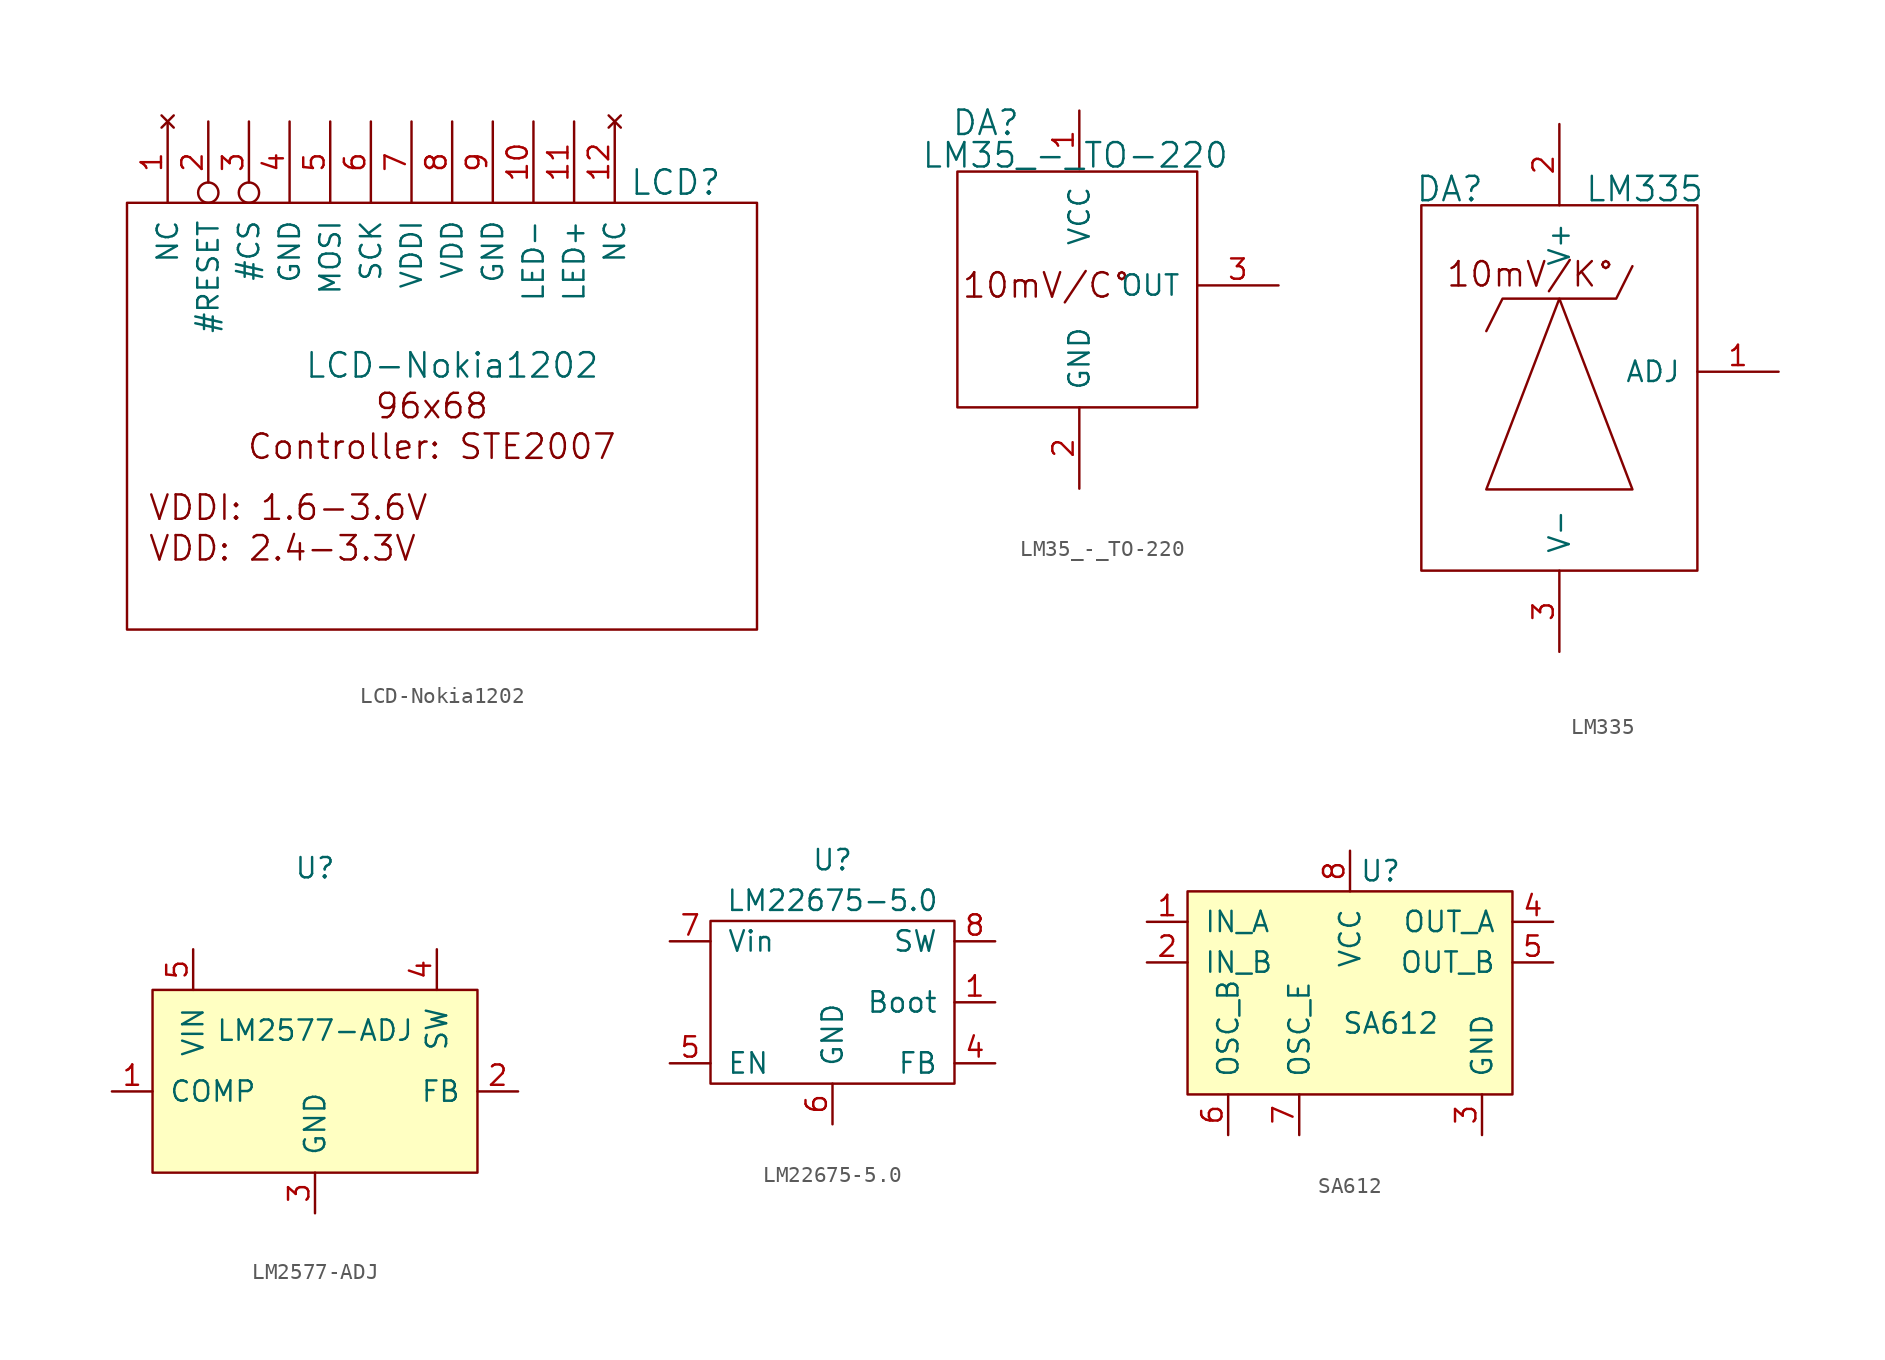
<source format=kicad_sym>
(kicad_symbol_lib
  (version 20211014)
  (generator kicad_symbol_editor)
  (symbol "LCD-Nokia1202"
    (pin_names
      (offset 1.016))
    (property "Reference" "LCD"
      (at 25.4 -2.54 0)
      (effects (font (size 1.524 1.524))))
    (property "Value" "LCD-Nokia1202"
      (at 11.43 -13.97 0)
      (effects (font (size 1.524 1.524))))
    (symbol "LCD-Nokia1202_0_0"
      (text "96x68" (at 10.16 -16.51 0) (effects (font (size 1.524 1.524))))
      (text "Controller: STE2007" (at 10.16 -19.05 0) (effects (font (size 1.524 1.524))))
      (text "VDD: 2.4-3.3V" (at -7.62 -25.4 0) (effects (font (size 1.524 1.524)) (justify left)))
      (text "VDDI: 1.6-3.6V" (at -7.62 -22.86 0) (effects (font (size 1.524 1.524)) (justify left))))
    (symbol "LCD-Nokia1202_0_1"
      (rectangle (start -8.89 -3.81) (end 30.48 -30.48) (stroke (width 0) (type default) (color 0 0 0 0)) (fill (type none))))
    (symbol "LCD-Nokia1202_1_1"
      (pin no_connect line (at -6.35 1.27 270) (length 5.08) (name "NC" (effects (font (size 1.27 1.27)))) (number "1" (effects (font (size 1.27 1.27)))))
      (pin power_in line (at 16.51 1.27 270) (length 5.08) (name "LED-" (effects (font (size 1.27 1.27)))) (number "10" (effects (font (size 1.27 1.27)))))
      (pin power_in line (at 19.05 1.27 270) (length 5.08) (name "LED+" (effects (font (size 1.27 1.27)))) (number "11" (effects (font (size 1.27 1.27)))))
      (pin no_connect line (at 21.59 1.27 270) (length 5.08) (name "NC" (effects (font (size 1.27 1.27)))) (number "12" (effects (font (size 1.27 1.27)))))
      (pin input inverted (at -3.81 1.27 270) (length 5.08) (name "#RESET" (effects (font (size 1.27 1.27)))) (number "2" (effects (font (size 1.27 1.27)))))
      (pin input inverted (at -1.27 1.27 270) (length 5.08) (name "#CS" (effects (font (size 1.27 1.27)))) (number "3" (effects (font (size 1.27 1.27)))))
      (pin power_in line (at 1.27 1.27 270) (length 5.08) (name "GND" (effects (font (size 1.27 1.27)))) (number "4" (effects (font (size 1.27 1.27)))))
      (pin input line (at 3.81 1.27 270) (length 5.08) (name "MOSI" (effects (font (size 1.27 1.27)))) (number "5" (effects (font (size 1.27 1.27)))))
      (pin input line (at 6.35 1.27 270) (length 5.08) (name "SCK" (effects (font (size 1.27 1.27)))) (number "6" (effects (font (size 1.27 1.27)))))
      (pin power_in line (at 8.89 1.27 270) (length 5.08) (name "VDDI" (effects (font (size 1.27 1.27)))) (number "7" (effects (font (size 1.27 1.27)))))
      (pin power_in line (at 11.43 1.27 270) (length 5.08) (name "VDD" (effects (font (size 1.27 1.27)))) (number "8" (effects (font (size 1.27 1.27)))))
      (pin power_in line (at 13.97 1.27 270) (length 5.08) (name "GND" (effects (font (size 1.27 1.27)))) (number "9" (effects (font (size 1.27 1.27)))))))
  (symbol "LM35_-_TO-220"
    (pin_names
      (offset 1.016))
    (property "Reference" "DA"
      (at 1.778 3.048 0)
      (effects (font (size 1.524 1.524))))
    (property "Value" "LM35_-_TO-220"
      (at 7.366 1.016 0)
      (effects (font (size 1.524 1.524))))
    (property "Footprint" ""
      (at 0 0 0)
      (effects (font (size 1.524 1.524))))
    (property "Datasheet" ""
      (at 0 0 0)
      (effects (font (size 1.524 1.524))))
    (symbol "LM35_-_TO-220_0_0"
      (text "10mV/C°" (at 5.588 -7.112 0) (effects (font (size 1.524 1.524)))))
    (symbol "LM35_-_TO-220_0_1"
      (rectangle (start 0 0) (end 14.986 -14.732) (stroke (width 0) (type default) (color 0 0 0 0)) (fill (type none))))
    (symbol "LM35_-_TO-220_1_1"
      (pin power_in line (at 7.62 3.81 270) (length 3.658) (name "VCC" (effects (font (size 1.27 1.27)))) (number "1" (effects (font (size 1.27 1.27)))))
      (pin power_in line (at 7.62 -19.812 90) (length 5.08) (name "GND" (effects (font (size 1.27 1.27)))) (number "2" (effects (font (size 1.27 1.27)))))
      (pin output line (at 20.066 -7.112 180) (length 5.08) (name "OUT" (effects (font (size 1.27 1.27)))) (number "3" (effects (font (size 1.27 1.27)))))))
  (symbol "LM335"
    (pin_names
      (offset 1.016))
    (property "Reference" "DA"
      (at -6.858 1.016 0)
      (effects (font (size 1.524 1.524))))
    (property "Value" "LM335"
      (at 5.334 1.016 0)
      (effects (font (size 1.524 1.524))))
    (property "Footprint" ""
      (at -0.254 0.254 0)
      (effects (font (size 1.524 1.524))))
    (property "Datasheet" ""
      (at -0.254 0.254 0)
      (effects (font (size 1.524 1.524))))
    (symbol "LM335_0_0"
      (text "10mV/K°" (at -1.778 -4.318 0) (effects (font (size 1.524 1.524)))))
    (symbol "LM335_0_1"
      (rectangle (start -8.636 0) (end 8.636 -22.86) (stroke (width 0) (type default) (color 0 0 0 0)) (fill (type none)))
      (polyline (pts (xy 0 -5.842) (xy -4.572 -17.78) (xy 4.572 -17.78) (xy 0 -5.842)) (stroke (width 0) (type default) (color 0 0 0 0)) (fill (type none)))
      (polyline (pts (xy 4.572 -3.81) (xy 3.556 -5.842) (xy -3.556 -5.842) (xy -4.572 -7.874)) (stroke (width 0) (type default) (color 0 0 0 0)) (fill (type none))))
    (symbol "LM335_1_1"
      (pin input line (at 13.716 -10.414 180) (length 5.08) (name "ADJ" (effects (font (size 1.27 1.27)))) (number "1" (effects (font (size 1.27 1.27)))))
      (pin input line (at 0 5.08 270) (length 5.08) (name "V+" (effects (font (size 1.27 1.27)))) (number "2" (effects (font (size 1.27 1.27)))))
      (pin input line (at 0 -27.94 90) (length 5.08) (name "V-" (effects (font (size 1.27 1.27)))) (number "3" (effects (font (size 1.27 1.27)))))))
  (symbol "LM2577-ADJ"
    (pin_names
      (offset 1.016))
    (property "Reference" "U"
      (at 0 2.54 0)
      (effects (font (size 1.27 1.27))))
    (property "Value" "LM2577-ADJ"
      (at 0 -7.62 0)
      (effects (font (size 1.27 1.27))))
    (symbol "LM2577-ADJ_0_1"
      (rectangle (start -10.16 -5.08) (end 10.16 -16.51) (stroke (width 0) (type default) (color 0 0 0 0)) (fill (type background))))
    (symbol "LM2577-ADJ_1_1"
      (pin input line (at -12.7 -11.43 0) (length 2.54) (name "COMP" (effects (font (size 1.27 1.27)))) (number "1" (effects (font (size 1.27 1.27)))))
      (pin input line (at 12.7 -11.43 180) (length 2.54) (name "FB" (effects (font (size 1.27 1.27)))) (number "2" (effects (font (size 1.27 1.27)))))
      (pin power_in line (at 0 -19.05 90) (length 2.54) (name "GND" (effects (font (size 1.27 1.27)))) (number "3" (effects (font (size 1.27 1.27)))))
      (pin open_collector line (at 7.62 -2.54 270) (length 2.54) (name "SW" (effects (font (size 1.27 1.27)))) (number "4" (effects (font (size 1.27 1.27)))))
      (pin power_in line (at -7.62 -2.54 270) (length 2.54) (name "VIN" (effects (font (size 1.27 1.27)))) (number "5" (effects (font (size 1.27 1.27)))))))
  (symbol "LM22675-5.0"
    (pin_names
      (offset 1.016))
    (property "Reference" "U"
      (at 0 3.81 0)
      (effects (font (size 1.27 1.27))))
    (property "Value" "LM22675-5.0"
      (at 0 1.27 0)
      (effects (font (size 1.27 1.27))))
    (symbol "LM22675-5.0_0_1"
      (rectangle (start -7.62 -10.16) (end 7.62 0) (stroke (width 0) (type default) (color 0 0 0 0)) (fill (type none))))
    (symbol "LM22675-5.0_1_1"
      (pin input line (at 10.16 -5.08 180) (length 2.54) (name "Boot" (effects (font (size 1.27 1.27)))) (number "1" (effects (font (size 1.27 1.27)))))
      (pin input line (at 10.16 -8.89 180) (length 2.54) (name "FB" (effects (font (size 1.27 1.27)))) (number "4" (effects (font (size 1.27 1.27)))))
      (pin input line (at -10.16 -8.89 0) (length 2.54) (name "EN" (effects (font (size 1.27 1.27)))) (number "5" (effects (font (size 1.27 1.27)))))
      (pin power_in line (at 0 -12.7 90) (length 2.54) (name "GND" (effects (font (size 1.27 1.27)))) (number "6" (effects (font (size 1.27 1.27)))))
      (pin power_in line (at -10.16 -1.27 0) (length 2.54) (name "Vin" (effects (font (size 1.27 1.27)))) (number "7" (effects (font (size 1.27 1.27)))))
      (pin power_out line (at 10.16 -1.27 180) (length 2.54) (name "SW" (effects (font (size 1.27 1.27)))) (number "8" (effects (font (size 1.27 1.27)))))))
  (symbol "SA612"
    (pin_names
      (offset 1.016))
    (property "Reference" "U"
      (at 1.905 -1.905 0)
      (effects (font (size 1.27 1.27))))
    (property "Value" "SA612"
      (at 2.54 -11.43 0)
      (effects (font (size 1.27 1.27))))
    (symbol "SA612_0_1"
      (rectangle (start -10.16 -3.175) (end 10.16 -15.875) (stroke (width 0) (type default) (color 0 0 0 0)) (fill (type background))))
    (symbol "SA612_1_1"
      (pin input line (at -12.7 -5.08 0) (length 2.54) (name "IN_A" (effects (font (size 1.27 1.27)))) (number "1" (effects (font (size 1.27 1.27)))))
      (pin input line (at -12.7 -7.62 0) (length 2.54) (name "IN_B" (effects (font (size 1.27 1.27)))) (number "2" (effects (font (size 1.27 1.27)))))
      (pin power_in line (at 8.255 -18.415 90) (length 2.54) (name "GND" (effects (font (size 1.27 1.27)))) (number "3" (effects (font (size 1.27 1.27)))))
      (pin output line (at 12.7 -5.08 180) (length 2.54) (name "OUT_A" (effects (font (size 1.27 1.27)))) (number "4" (effects (font (size 1.27 1.27)))))
      (pin output line (at 12.7 -7.62 180) (length 2.54) (name "OUT_B" (effects (font (size 1.27 1.27)))) (number "5" (effects (font (size 1.27 1.27)))))
      (pin input line (at -7.62 -18.415 90) (length 2.54) (name "OSC_B" (effects (font (size 1.27 1.27)))) (number "6" (effects (font (size 1.27 1.27)))))
      (pin output line (at -3.175 -18.415 90) (length 2.54) (name "OSC_E" (effects (font (size 1.27 1.27)))) (number "7" (effects (font (size 1.27 1.27)))))
      (pin power_in line (at 0 -0.635 270) (length 2.54) (name "VCC" (effects (font (size 1.27 1.27)))) (number "8" (effects (font (size 1.27 1.27))))))))
</source>
